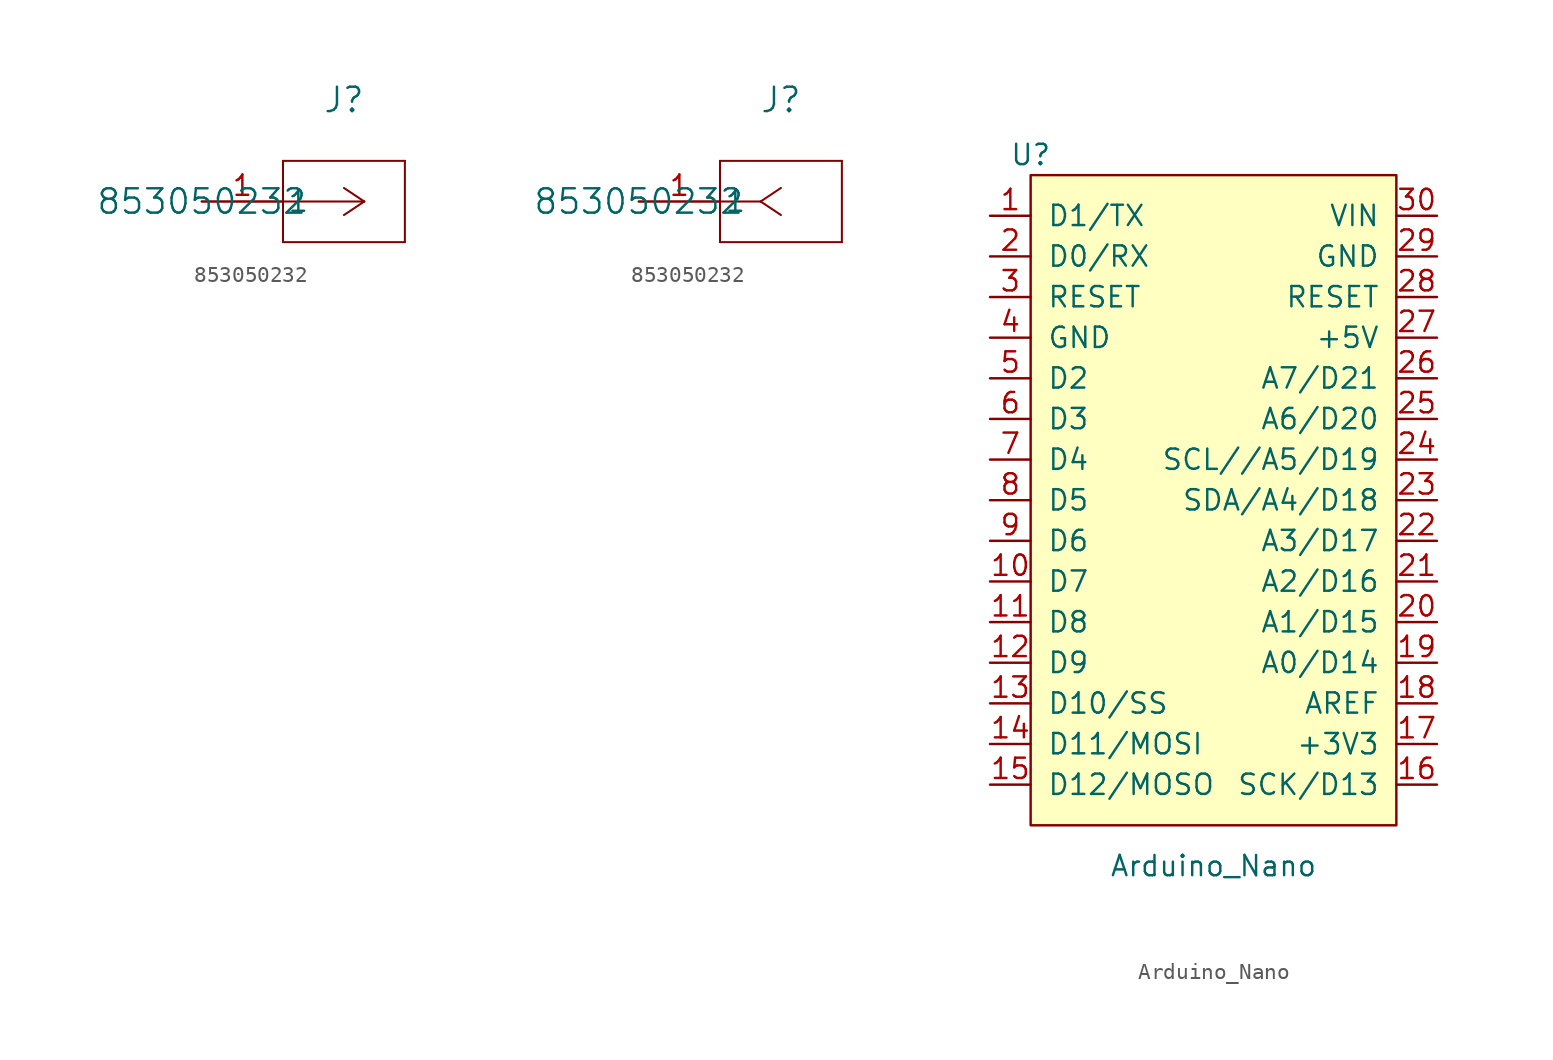
<source format=kicad_sym>
(kicad_symbol_lib
  (version 20231120)
  (generator "kicad_symbol_editor")
  (generator_version "8.0")
  (symbol "853050232"
    (pin_names
      (offset 0.254))
    (property "Reference" "J"
      (at 8.89 6.35 0)
      (effects (font (size 1.524 1.524))))
    (property "Value" "853050232"
      (at 0 0 0)
      (effects (font (size 1.524 1.524))))
    (symbol "853050232_1_1"
      (polyline (pts (xy 5.08 -2.54) (xy 12.7 -2.54)) (stroke (width 0.127) (type default)) (fill (type none)))
      (polyline (pts (xy 5.08 2.54) (xy 5.08 -2.54)) (stroke (width 0.127) (type default)) (fill (type none)))
      (polyline (pts (xy 10.16 0) (xy 5.08 0)) (stroke (width 0.127) (type default)) (fill (type none)))
      (polyline (pts (xy 10.16 0) (xy 8.89 -0.847)) (stroke (width 0.127) (type default)) (fill (type none)))
      (polyline (pts (xy 10.16 0) (xy 8.89 0.847)) (stroke (width 0.127) (type default)) (fill (type none)))
      (polyline (pts (xy 12.7 -2.54) (xy 12.7 2.54)) (stroke (width 0.127) (type default)) (fill (type none)))
      (polyline (pts (xy 12.7 2.54) (xy 5.08 2.54)) (stroke (width 0.127) (type default)) (fill (type none)))
      (pin unspecified line (at 0 0 0) (length 5.08) (name "1" (effects (font (size 1.27 1.27)))) (number "1" (effects (font (size 1.27 1.27))))))
    (symbol "853050232_1_2"
      (polyline (pts (xy 5.08 -2.54) (xy 12.7 -2.54)) (stroke (width 0.127) (type default)) (fill (type none)))
      (polyline (pts (xy 5.08 2.54) (xy 5.08 -2.54)) (stroke (width 0.127) (type default)) (fill (type none)))
      (polyline (pts (xy 7.62 0) (xy 5.08 0)) (stroke (width 0.127) (type default)) (fill (type none)))
      (polyline (pts (xy 7.62 0) (xy 8.89 -0.847)) (stroke (width 0.127) (type default)) (fill (type none)))
      (polyline (pts (xy 7.62 0) (xy 8.89 0.847)) (stroke (width 0.127) (type default)) (fill (type none)))
      (polyline (pts (xy 12.7 -2.54) (xy 12.7 2.54)) (stroke (width 0.127) (type default)) (fill (type none)))
      (polyline (pts (xy 12.7 2.54) (xy 5.08 2.54)) (stroke (width 0.127) (type default)) (fill (type none)))
      (pin unspecified line (at 0 0 0) (length 5.08) (name "1" (effects (font (size 1.27 1.27)))) (number "1" (effects (font (size 1.27 1.27)))))))
  (symbol "Arduino_Nano"
    (pin_names
      (offset 1.016))
    (property "Reference" "U"
      (at 2.54 3.81 0)
      (effects (font (size 1.27 1.27))))
    (property "Value" "Arduino_Nano"
      (at 13.97 -40.64 0)
      (effects (font (size 1.27 1.27))))
    (symbol "Arduino_Nano_0_0"
      (pin bidirectional line (at 0 0 0) (length 2.54) (name "D1/TX" (effects (font (size 1.27 1.27)))) (number "1" (effects (font (size 1.27 1.27)))))
      (pin bidirectional line (at 0 -22.86 0) (length 2.54) (name "D7" (effects (font (size 1.27 1.27)))) (number "10" (effects (font (size 1.27 1.27)))))
      (pin bidirectional line (at 0 -25.4 0) (length 2.54) (name "D8" (effects (font (size 1.27 1.27)))) (number "11" (effects (font (size 1.27 1.27)))))
      (pin bidirectional line (at 0 -27.94 0) (length 2.54) (name "D9" (effects (font (size 1.27 1.27)))) (number "12" (effects (font (size 1.27 1.27)))))
      (pin bidirectional line (at 0 -30.48 0) (length 2.54) (name "D10/SS" (effects (font (size 1.27 1.27)))) (number "13" (effects (font (size 1.27 1.27)))))
      (pin bidirectional line (at 0 -33.02 0) (length 2.54) (name "D11/MOSI" (effects (font (size 1.27 1.27)))) (number "14" (effects (font (size 1.27 1.27)))))
      (pin bidirectional line (at 0 -35.56 0) (length 2.54) (name "D12/MOSO" (effects (font (size 1.27 1.27)))) (number "15" (effects (font (size 1.27 1.27)))))
      (pin bidirectional line (at 27.94 -35.56 180) (length 2.54) (name "SCK/D13" (effects (font (size 1.27 1.27)))) (number "16" (effects (font (size 1.27 1.27)))))
      (pin power_out line (at 27.94 -33.02 180) (length 2.54) (name "+3V3" (effects (font (size 1.27 1.27)))) (number "17" (effects (font (size 1.27 1.27)))))
      (pin bidirectional line (at 27.94 -30.48 180) (length 2.54) (name "AREF" (effects (font (size 1.27 1.27)))) (number "18" (effects (font (size 1.27 1.27)))))
      (pin bidirectional line (at 27.94 -27.94 180) (length 2.54) (name "A0/D14" (effects (font (size 1.27 1.27)))) (number "19" (effects (font (size 1.27 1.27)))))
      (pin bidirectional line (at 0 -2.54 0) (length 2.54) (name "D0/RX" (effects (font (size 1.27 1.27)))) (number "2" (effects (font (size 1.27 1.27)))))
      (pin bidirectional line (at 27.94 -25.4 180) (length 2.54) (name "A1/D15" (effects (font (size 1.27 1.27)))) (number "20" (effects (font (size 1.27 1.27)))))
      (pin bidirectional line (at 27.94 -22.86 180) (length 2.54) (name "A2/D16" (effects (font (size 1.27 1.27)))) (number "21" (effects (font (size 1.27 1.27)))))
      (pin bidirectional line (at 27.94 -20.32 180) (length 2.54) (name "A3/D17" (effects (font (size 1.27 1.27)))) (number "22" (effects (font (size 1.27 1.27)))))
      (pin bidirectional line (at 27.94 -17.78 180) (length 2.54) (name "SDA/A4/D18" (effects (font (size 1.27 1.27)))) (number "23" (effects (font (size 1.27 1.27)))))
      (pin bidirectional line (at 27.94 -15.24 180) (length 2.54) (name "SCL//A5/D19" (effects (font (size 1.27 1.27)))) (number "24" (effects (font (size 1.27 1.27)))))
      (pin bidirectional line (at 27.94 -12.7 180) (length 2.54) (name "A6/D20" (effects (font (size 1.27 1.27)))) (number "25" (effects (font (size 1.27 1.27)))))
      (pin bidirectional line (at 27.94 -10.16 180) (length 2.54) (name "A7/D21" (effects (font (size 1.27 1.27)))) (number "26" (effects (font (size 1.27 1.27)))))
      (pin input line (at 27.94 -7.62 180) (length 2.54) (name "+5V" (effects (font (size 1.27 1.27)))) (number "27" (effects (font (size 1.27 1.27)))))
      (pin input line (at 27.94 -5.08 180) (length 2.54) (name "RESET" (effects (font (size 1.27 1.27)))) (number "28" (effects (font (size 1.27 1.27)))))
      (pin power_in line (at 27.94 -2.54 180) (length 2.54) (name "GND" (effects (font (size 1.27 1.27)))) (number "29" (effects (font (size 1.27 1.27)))))
      (pin input line (at 0 -5.08 0) (length 2.54) (name "RESET" (effects (font (size 1.27 1.27)))) (number "3" (effects (font (size 1.27 1.27)))))
      (pin power_in line (at 27.94 0 180) (length 2.54) (name "VIN" (effects (font (size 1.27 1.27)))) (number "30" (effects (font (size 1.27 1.27)))))
      (pin input line (at 0 -7.62 0) (length 2.54) (name "GND" (effects (font (size 1.27 1.27)))) (number "4" (effects (font (size 1.27 1.27)))))
      (pin bidirectional line (at 0 -10.16 0) (length 2.54) (name "D2" (effects (font (size 1.27 1.27)))) (number "5" (effects (font (size 1.27 1.27)))))
      (pin bidirectional line (at 0 -12.7 0) (length 2.54) (name "D3" (effects (font (size 1.27 1.27)))) (number "6" (effects (font (size 1.27 1.27)))))
      (pin bidirectional line (at 0 -15.24 0) (length 2.54) (name "D4" (effects (font (size 1.27 1.27)))) (number "7" (effects (font (size 1.27 1.27)))))
      (pin bidirectional line (at 0 -17.78 0) (length 2.54) (name "D5" (effects (font (size 1.27 1.27)))) (number "8" (effects (font (size 1.27 1.27)))))
      (pin bidirectional line (at 0 -20.32 0) (length 2.54) (name "D6" (effects (font (size 1.27 1.27)))) (number "9" (effects (font (size 1.27 1.27))))))
    (symbol "Arduino_Nano_0_1"
      (rectangle (start 2.54 2.54) (end 25.4 -38.1) (stroke (width 0) (type default)) (fill (type background))))))
</source>
